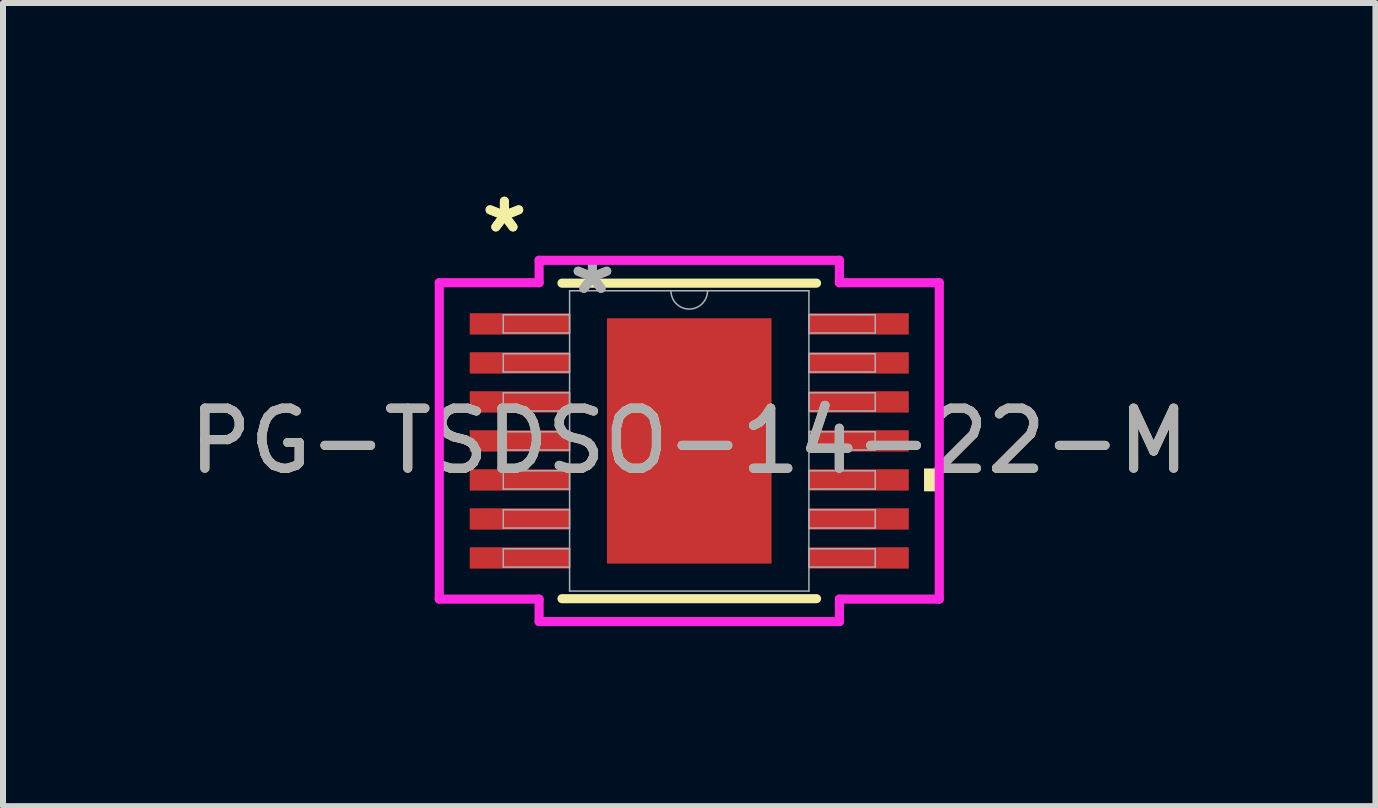
<source format=kicad_pcb>
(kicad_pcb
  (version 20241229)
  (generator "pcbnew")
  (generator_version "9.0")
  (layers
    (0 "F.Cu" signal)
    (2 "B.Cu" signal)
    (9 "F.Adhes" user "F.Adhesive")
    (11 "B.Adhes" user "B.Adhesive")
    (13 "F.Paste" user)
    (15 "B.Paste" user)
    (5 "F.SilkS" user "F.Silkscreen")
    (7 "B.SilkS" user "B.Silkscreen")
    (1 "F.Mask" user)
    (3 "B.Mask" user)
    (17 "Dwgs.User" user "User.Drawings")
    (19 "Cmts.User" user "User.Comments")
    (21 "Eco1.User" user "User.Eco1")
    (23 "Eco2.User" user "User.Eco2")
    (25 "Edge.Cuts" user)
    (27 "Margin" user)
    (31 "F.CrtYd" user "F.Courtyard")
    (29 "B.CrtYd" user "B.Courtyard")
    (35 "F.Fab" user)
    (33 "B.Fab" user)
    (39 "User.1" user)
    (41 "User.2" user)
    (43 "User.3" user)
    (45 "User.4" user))
  (footprint "PG-TSDSO-14-22-M"
    (layer "F.Cu")
    (at 8.435 4.297)
    (property "Reference" "PG-TSDSO-14-22-M" (at 0 0 0) (unlocked yes) (layer "F.SilkS") (effects (font (size 1 1) (thickness 0.15))))
    (attr smd)
    (fp_line (start -2.121 2.629) (end 2.121 2.629) (stroke (width 0.152) (type solid)) (layer "F.SilkS"))
    (fp_line (start 2.121 -2.629) (end -2.121 -2.629) (stroke (width 0.152) (type solid)) (layer "F.SilkS"))
    (fp_poly (pts (xy 4.166 0.459) (xy 4.166 0.84) (xy 3.912 0.84) (xy 3.912 0.459)) (stroke (width 0) (type solid)) (fill yes) (layer "F.SilkS"))
    (fp_poly (pts (xy -1.272 -1.945) (xy -1.272 -0.782) (xy -0.1 -0.782) (xy -0.1 -1.945)) (stroke (width 0) (type solid)) (fill yes) (layer "F.Paste"))
    (fp_poly (pts (xy -1.272 -0.582) (xy -1.272 0.582) (xy -0.1 0.582) (xy -0.1 -0.582)) (stroke (width 0) (type solid)) (fill yes) (layer "F.Paste"))
    (fp_poly (pts (xy -1.272 0.782) (xy -1.272 1.945) (xy -0.1 1.945) (xy -0.1 0.782)) (stroke (width 0) (type solid)) (fill yes) (layer "F.Paste"))
    (fp_poly (pts (xy 0.1 -1.945) (xy 0.1 -0.782) (xy 1.272 -0.782) (xy 1.272 -1.945)) (stroke (width 0) (type solid)) (fill yes) (layer "F.Paste"))
    (fp_poly (pts (xy 0.1 -0.582) (xy 0.1 0.582) (xy 1.272 0.582) (xy 1.272 -0.582)) (stroke (width 0) (type solid)) (fill yes) (layer "F.Paste"))
    (fp_poly (pts (xy 0.1 0.782) (xy 0.1 1.945) (xy 1.272 1.945) (xy 1.272 0.782)) (stroke (width 0) (type solid)) (fill yes) (layer "F.Paste"))
    (fp_line (start -4.166 -2.636) (end -2.502 -2.636) (stroke (width 0.152) (type solid)) (layer "F.CrtYd"))
    (fp_line (start -4.166 2.636) (end -4.166 -2.636) (stroke (width 0.152) (type solid)) (layer "F.CrtYd"))
    (fp_line (start -4.166 2.636) (end -2.502 2.636) (stroke (width 0.152) (type solid)) (layer "F.CrtYd"))
    (fp_line (start -2.502 -3.01) (end 2.502 -3.01) (stroke (width 0.152) (type solid)) (layer "F.CrtYd"))
    (fp_line (start -2.502 -2.636) (end -2.502 -3.01) (stroke (width 0.152) (type solid)) (layer "F.CrtYd"))
    (fp_line (start -2.502 3.01) (end -2.502 2.636) (stroke (width 0.152) (type solid)) (layer "F.CrtYd"))
    (fp_line (start 2.502 -3.01) (end 2.502 -2.636) (stroke (width 0.152) (type solid)) (layer "F.CrtYd"))
    (fp_line (start 2.502 2.636) (end 2.502 3.01) (stroke (width 0.152) (type solid)) (layer "F.CrtYd"))
    (fp_line (start 2.502 3.01) (end -2.502 3.01) (stroke (width 0.152) (type solid)) (layer "F.CrtYd"))
    (fp_line (start 4.166 -2.636) (end 2.502 -2.636) (stroke (width 0.152) (type solid)) (layer "F.CrtYd"))
    (fp_line (start 4.166 -2.636) (end 4.166 2.636) (stroke (width 0.152) (type solid)) (layer "F.CrtYd"))
    (fp_line (start 4.166 2.636) (end 2.502 2.636) (stroke (width 0.152) (type solid)) (layer "F.CrtYd"))
    (fp_line (start -3.099 -2.102) (end -3.099 -1.798) (stroke (width 0.025) (type solid)) (layer "F.Fab"))
    (fp_line (start -3.099 -1.798) (end -1.994 -1.798) (stroke (width 0.025) (type solid)) (layer "F.Fab"))
    (fp_line (start -3.099 -1.452) (end -3.099 -1.148) (stroke (width 0.025) (type solid)) (layer "F.Fab"))
    (fp_line (start -3.099 -1.148) (end -1.994 -1.148) (stroke (width 0.025) (type solid)) (layer "F.Fab"))
    (fp_line (start -3.099 -0.802) (end -3.099 -0.498) (stroke (width 0.025) (type solid)) (layer "F.Fab"))
    (fp_line (start -3.099 -0.498) (end -1.994 -0.498) (stroke (width 0.025) (type solid)) (layer "F.Fab"))
    (fp_line (start -3.099 -0.152) (end -3.099 0.152) (stroke (width 0.025) (type solid)) (layer "F.Fab"))
    (fp_line (start -3.099 0.152) (end -1.994 0.152) (stroke (width 0.025) (type solid)) (layer "F.Fab"))
    (fp_line (start -3.099 0.498) (end -3.099 0.802) (stroke (width 0.025) (type solid)) (layer "F.Fab"))
    (fp_line (start -3.099 0.802) (end -1.994 0.802) (stroke (width 0.025) (type solid)) (layer "F.Fab"))
    (fp_line (start -3.099 1.148) (end -3.099 1.452) (stroke (width 0.025) (type solid)) (layer "F.Fab"))
    (fp_line (start -3.099 1.452) (end -1.994 1.452) (stroke (width 0.025) (type solid)) (layer "F.Fab"))
    (fp_line (start -3.099 1.798) (end -3.099 2.102) (stroke (width 0.025) (type solid)) (layer "F.Fab"))
    (fp_line (start -3.099 2.102) (end -1.994 2.102) (stroke (width 0.025) (type solid)) (layer "F.Fab"))
    (fp_line (start -1.994 -2.502) (end -1.994 2.502) (stroke (width 0.025) (type solid)) (layer "F.Fab"))
    (fp_line (start -1.994 -2.102) (end -3.099 -2.102) (stroke (width 0.025) (type solid)) (layer "F.Fab"))
    (fp_line (start -1.994 -1.798) (end -1.994 -2.102) (stroke (width 0.025) (type solid)) (layer "F.Fab"))
    (fp_line (start -1.994 -1.452) (end -3.099 -1.452) (stroke (width 0.025) (type solid)) (layer "F.Fab"))
    (fp_line (start -1.994 -1.148) (end -1.994 -1.452) (stroke (width 0.025) (type solid)) (layer "F.Fab"))
    (fp_line (start -1.994 -0.802) (end -3.099 -0.802) (stroke (width 0.025) (type solid)) (layer "F.Fab"))
    (fp_line (start -1.994 -0.498) (end -1.994 -0.802) (stroke (width 0.025) (type solid)) (layer "F.Fab"))
    (fp_line (start -1.994 -0.152) (end -3.099 -0.152) (stroke (width 0.025) (type solid)) (layer "F.Fab"))
    (fp_line (start -1.994 0.152) (end -1.994 -0.152) (stroke (width 0.025) (type solid)) (layer "F.Fab"))
    (fp_line (start -1.994 0.498) (end -3.099 0.498) (stroke (width 0.025) (type solid)) (layer "F.Fab"))
    (fp_line (start -1.994 0.802) (end -1.994 0.498) (stroke (width 0.025) (type solid)) (layer "F.Fab"))
    (fp_line (start -1.994 1.148) (end -3.099 1.148) (stroke (width 0.025) (type solid)) (layer "F.Fab"))
    (fp_line (start -1.994 1.452) (end -1.994 1.148) (stroke (width 0.025) (type solid)) (layer "F.Fab"))
    (fp_line (start -1.994 1.798) (end -3.099 1.798) (stroke (width 0.025) (type solid)) (layer "F.Fab"))
    (fp_line (start -1.994 2.102) (end -1.994 1.798) (stroke (width 0.025) (type solid)) (layer "F.Fab"))
    (fp_line (start -1.994 2.502) (end 1.994 2.502) (stroke (width 0.025) (type solid)) (layer "F.Fab"))
    (fp_line (start 1.994 -2.502) (end -1.994 -2.502) (stroke (width 0.025) (type solid)) (layer "F.Fab"))
    (fp_line (start 1.994 -2.102) (end 1.994 -1.798) (stroke (width 0.025) (type solid)) (layer "F.Fab"))
    (fp_line (start 1.994 -1.798) (end 3.099 -1.798) (stroke (width 0.025) (type solid)) (layer "F.Fab"))
    (fp_line (start 1.994 -1.452) (end 1.994 -1.148) (stroke (width 0.025) (type solid)) (layer "F.Fab"))
    (fp_line (start 1.994 -1.148) (end 3.099 -1.148) (stroke (width 0.025) (type solid)) (layer "F.Fab"))
    (fp_line (start 1.994 -0.802) (end 1.994 -0.498) (stroke (width 0.025) (type solid)) (layer "F.Fab"))
    (fp_line (start 1.994 -0.498) (end 3.099 -0.498) (stroke (width 0.025) (type solid)) (layer "F.Fab"))
    (fp_line (start 1.994 -0.152) (end 1.994 0.152) (stroke (width 0.025) (type solid)) (layer "F.Fab"))
    (fp_line (start 1.994 0.152) (end 3.099 0.152) (stroke (width 0.025) (type solid)) (layer "F.Fab"))
    (fp_line (start 1.994 0.498) (end 1.994 0.802) (stroke (width 0.025) (type solid)) (layer "F.Fab"))
    (fp_line (start 1.994 0.802) (end 3.099 0.802) (stroke (width 0.025) (type solid)) (layer "F.Fab"))
    (fp_line (start 1.994 1.148) (end 1.994 1.452) (stroke (width 0.025) (type solid)) (layer "F.Fab"))
    (fp_line (start 1.994 1.452) (end 3.099 1.452) (stroke (width 0.025) (type solid)) (layer "F.Fab"))
    (fp_line (start 1.994 1.798) (end 1.994 2.102) (stroke (width 0.025) (type solid)) (layer "F.Fab"))
    (fp_line (start 1.994 2.102) (end 3.099 2.102) (stroke (width 0.025) (type solid)) (layer "F.Fab"))
    (fp_line (start 1.994 2.502) (end 1.994 -2.502) (stroke (width 0.025) (type solid)) (layer "F.Fab"))
    (fp_line (start 3.099 -2.102) (end 1.994 -2.102) (stroke (width 0.025) (type solid)) (layer "F.Fab"))
    (fp_line (start 3.099 -1.798) (end 3.099 -2.102) (stroke (width 0.025) (type solid)) (layer "F.Fab"))
    (fp_line (start 3.099 -1.452) (end 1.994 -1.452) (stroke (width 0.025) (type solid)) (layer "F.Fab"))
    (fp_line (start 3.099 -1.148) (end 3.099 -1.452) (stroke (width 0.025) (type solid)) (layer "F.Fab"))
    (fp_line (start 3.099 -0.802) (end 1.994 -0.802) (stroke (width 0.025) (type solid)) (layer "F.Fab"))
    (fp_line (start 3.099 -0.498) (end 3.099 -0.802) (stroke (width 0.025) (type solid)) (layer "F.Fab"))
    (fp_line (start 3.099 -0.152) (end 1.994 -0.152) (stroke (width 0.025) (type solid)) (layer "F.Fab"))
    (fp_line (start 3.099 0.152) (end 3.099 -0.152) (stroke (width 0.025) (type solid)) (layer "F.Fab"))
    (fp_line (start 3.099 0.498) (end 1.994 0.498) (stroke (width 0.025) (type solid)) (layer "F.Fab"))
    (fp_line (start 3.099 0.802) (end 3.099 0.498) (stroke (width 0.025) (type solid)) (layer "F.Fab"))
    (fp_line (start 3.099 1.148) (end 1.994 1.148) (stroke (width 0.025) (type solid)) (layer "F.Fab"))
    (fp_line (start 3.099 1.452) (end 3.099 1.148) (stroke (width 0.025) (type solid)) (layer "F.Fab"))
    (fp_line (start 3.099 1.798) (end 1.994 1.798) (stroke (width 0.025) (type solid)) (layer "F.Fab"))
    (fp_line (start 3.099 2.102) (end 3.099 1.798) (stroke (width 0.025) (type solid)) (layer "F.Fab"))
    (fp_arc (start 0.3048 -2.5019) (mid 0 -2.1971) (end -0.3048 -2.5019) (stroke (width 0.0254) (type solid)) (layer "F.Fab"))
    (fp_text user "*" (at -3.08 -3.449 0) (unlocked yes) (layer "F.SilkS") (effects (font (size 1 1) (thickness 0.15))))
    (fp_text user "*" (at -3.08 -3.449 0) (layer "F.SilkS") (effects (font (size 1 1) (thickness 0.15))))
    (fp_text user "*" (at -1.613 -2.426 0) (layer "F.Fab") (effects (font (size 1 1) (thickness 0.15))))
    (fp_text user "*" (at -1.613 -2.426 0) (unlocked yes) (layer "F.Fab") (effects (font (size 1 1) (thickness 0.15))))
    (fp_text user "${REFERENCE}" (at 0 0 0) (unlocked yes) (layer "F.Fab") (effects (font (size 1 1) (thickness 0.15))))
    (pad "1" smd rect (at -2.826 -1.95) (size 1.664 0.356) (layers "F.Cu" "F.Mask" "F.Paste"))
    (pad "2" smd rect (at -2.826 -1.3) (size 1.664 0.356) (layers "F.Cu" "F.Mask" "F.Paste"))
    (pad "3" smd rect (at -2.826 -0.65) (size 1.664 0.356) (layers "F.Cu" "F.Mask" "F.Paste"))
    (pad "4" smd rect (at -2.826 0) (size 1.664 0.356) (layers "F.Cu" "F.Mask" "F.Paste"))
    (pad "5" smd rect (at -2.826 0.65) (size 1.664 0.356) (layers "F.Cu" "F.Mask" "F.Paste"))
    (pad "6" smd rect (at -2.826 1.3) (size 1.664 0.356) (layers "F.Cu" "F.Mask" "F.Paste"))
    (pad "7" smd rect (at -2.826 1.95) (size 1.664 0.356) (layers "F.Cu" "F.Mask" "F.Paste"))
    (pad "8" smd rect (at 2.826 1.95) (size 1.664 0.356) (layers "F.Cu" "F.Mask" "F.Paste"))
    (pad "9" smd rect (at 2.826 1.3) (size 1.664 0.356) (layers "F.Cu" "F.Mask" "F.Paste"))
    (pad "10" smd rect (at 2.826 0.65) (size 1.664 0.356) (layers "F.Cu" "F.Mask" "F.Paste"))
    (pad "11" smd rect (at 2.826 0) (size 1.664 0.356) (layers "F.Cu" "F.Mask" "F.Paste"))
    (pad "12" smd rect (at 2.826 -0.65) (size 1.664 0.356) (layers "F.Cu" "F.Mask" "F.Paste"))
    (pad "13" smd rect (at 2.826 -1.3) (size 1.664 0.356) (layers "F.Cu" "F.Mask" "F.Paste"))
    (pad "14" smd rect (at 2.826 -1.95) (size 1.664 0.356) (layers "F.Cu" "F.Mask" "F.Paste"))
    (pad "EPAD" smd rect (at 0 0) (size 2.743 4.089) (layers "F.Cu" "F.Mask")))
  (gr_rect
    (start -3 -3)
    (end 19.869 10.383)
    (stroke (width 0.1) (type default))
    (fill no)
    (layer "Edge.Cuts")))
</source>
